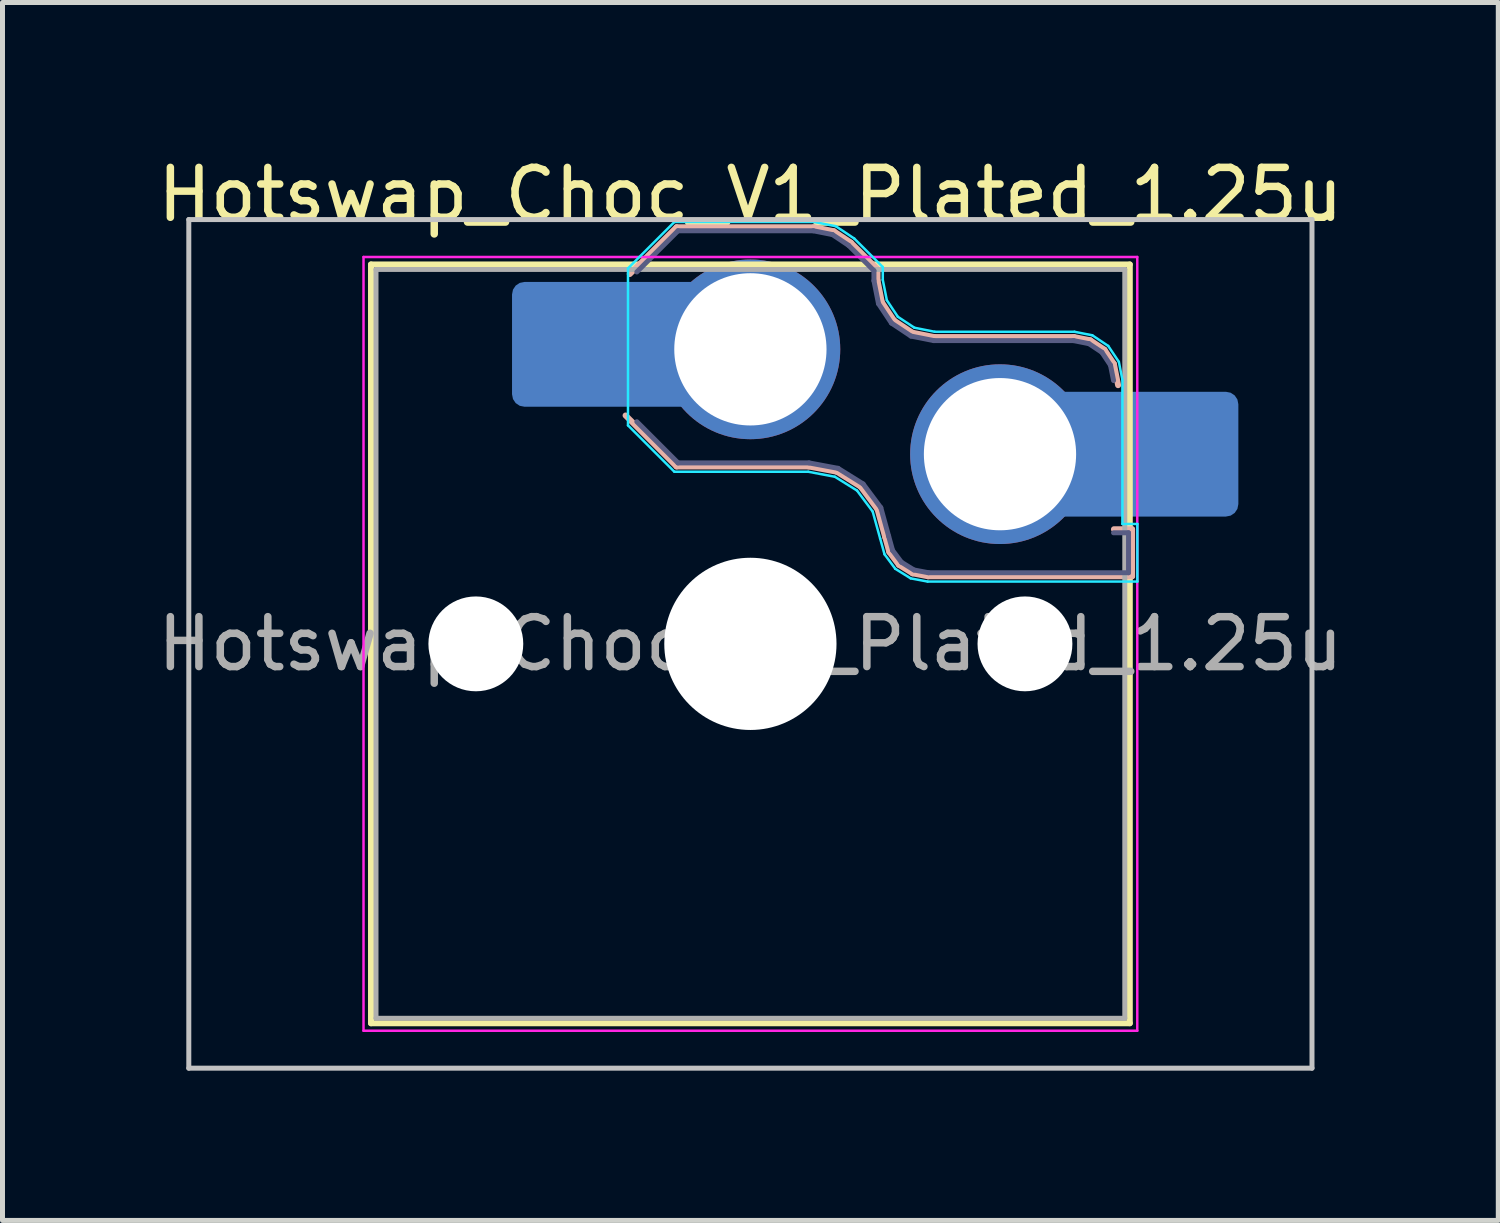
<source format=kicad_pcb>
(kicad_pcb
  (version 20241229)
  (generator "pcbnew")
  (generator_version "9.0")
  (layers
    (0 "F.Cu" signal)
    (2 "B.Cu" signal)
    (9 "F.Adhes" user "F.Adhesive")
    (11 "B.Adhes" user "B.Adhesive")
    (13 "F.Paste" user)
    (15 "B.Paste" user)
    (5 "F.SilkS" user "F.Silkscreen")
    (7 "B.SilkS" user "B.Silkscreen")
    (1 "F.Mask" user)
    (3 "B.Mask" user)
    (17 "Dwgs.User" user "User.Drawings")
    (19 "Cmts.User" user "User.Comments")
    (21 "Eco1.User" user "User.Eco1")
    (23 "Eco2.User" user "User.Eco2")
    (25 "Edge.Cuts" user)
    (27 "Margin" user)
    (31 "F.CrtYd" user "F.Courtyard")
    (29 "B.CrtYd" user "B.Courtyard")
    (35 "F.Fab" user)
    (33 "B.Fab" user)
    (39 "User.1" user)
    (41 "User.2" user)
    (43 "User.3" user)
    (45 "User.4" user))
  (footprint "Hotswap_Choc_V1_Plated_1.25u"
    (layer "F.Cu")
    (at 11.982 9.848)
    (property "Reference" "Hotswap_Choc_V1_Plated_1.25u" (at 0 -9 0) (layer "F.SilkS") (effects (font (size 1 1) (thickness 0.15))))
    (attr smd)
    (fp_line (start -7.6 -7.6) (end -7.6 7.6) (stroke (width 0.12) (type solid)) (layer "F.SilkS"))
    (fp_line (start -7.6 7.6) (end 7.6 7.6) (stroke (width 0.12) (type solid)) (layer "F.SilkS"))
    (fp_line (start 7.6 -7.6) (end -7.6 -7.6) (stroke (width 0.12) (type solid)) (layer "F.SilkS"))
    (fp_line (start 7.6 7.6) (end 7.6 -7.6) (stroke (width 0.12) (type solid)) (layer "F.SilkS"))
    (fp_line (start -2.416 -7.409) (end -1.479 -8.346) (stroke (width 0.12) (type solid)) (layer "B.SilkS"))
    (fp_line (start -1.479 -8.346) (end 1.268 -8.346) (stroke (width 0.12) (type solid)) (layer "B.SilkS"))
    (fp_line (start -1.479 -3.554) (end -2.5 -4.575) (stroke (width 0.12) (type solid)) (layer "B.SilkS"))
    (fp_line (start 1.168 -3.554) (end -1.479 -3.554) (stroke (width 0.12) (type solid)) (layer "B.SilkS"))
    (fp_line (start 1.268 -8.346) (end 1.671 -8.266) (stroke (width 0.12) (type solid)) (layer "B.SilkS"))
    (fp_line (start 1.671 -8.266) (end 2.013 -8.037) (stroke (width 0.12) (type solid)) (layer "B.SilkS"))
    (fp_line (start 1.73 -3.449) (end 1.168 -3.554) (stroke (width 0.12) (type solid)) (layer "B.SilkS"))
    (fp_line (start 2.013 -8.037) (end 2.546 -7.504) (stroke (width 0.12) (type solid)) (layer "B.SilkS"))
    (fp_line (start 2.209 -3.15) (end 1.73 -3.449) (stroke (width 0.12) (type solid)) (layer "B.SilkS"))
    (fp_line (start 2.546 -7.504) (end 2.546 -7.282) (stroke (width 0.12) (type solid)) (layer "B.SilkS"))
    (fp_line (start 2.546 -7.282) (end 2.633 -6.844) (stroke (width 0.12) (type solid)) (layer "B.SilkS"))
    (fp_line (start 2.547 -2.697) (end 2.209 -3.15) (stroke (width 0.12) (type solid)) (layer "B.SilkS"))
    (fp_line (start 2.633 -6.844) (end 2.877 -6.477) (stroke (width 0.12) (type solid)) (layer "B.SilkS"))
    (fp_line (start 2.701 -2.139) (end 2.547 -2.697) (stroke (width 0.12) (type solid)) (layer "B.SilkS"))
    (fp_line (start 2.783 -1.841) (end 2.701 -2.139) (stroke (width 0.12) (type solid)) (layer "B.SilkS"))
    (fp_line (start 2.877 -6.477) (end 3.244 -6.233) (stroke (width 0.12) (type solid)) (layer "B.SilkS"))
    (fp_line (start 2.976 -1.583) (end 2.783 -1.841) (stroke (width 0.12) (type solid)) (layer "B.SilkS"))
    (fp_line (start 3.244 -6.233) (end 3.682 -6.146) (stroke (width 0.12) (type solid)) (layer "B.SilkS"))
    (fp_line (start 3.25 -1.413) (end 2.976 -1.583) (stroke (width 0.12) (type solid)) (layer "B.SilkS"))
    (fp_line (start 3.56 -1.354) (end 3.25 -1.413) (stroke (width 0.12) (type solid)) (layer "B.SilkS"))
    (fp_line (start 3.682 -6.146) (end 6.482 -6.146) (stroke (width 0.12) (type solid)) (layer "B.SilkS"))
    (fp_line (start 6.482 -6.146) (end 6.809 -6.081) (stroke (width 0.12) (type solid)) (layer "B.SilkS"))
    (fp_line (start 6.809 -6.081) (end 7.092 -5.892) (stroke (width 0.12) (type solid)) (layer "B.SilkS"))
    (fp_line (start 7.092 -5.892) (end 7.281 -5.609) (stroke (width 0.12) (type solid)) (layer "B.SilkS"))
    (fp_line (start 7.281 -5.609) (end 7.366 -5.182) (stroke (width 0.12) (type solid)) (layer "B.SilkS"))
    (fp_line (start 7.283 -2.296) (end 7.646 -2.296) (stroke (width 0.12) (type solid)) (layer "B.SilkS"))
    (fp_line (start 7.646 -2.296) (end 7.646 -1.354) (stroke (width 0.12) (type solid)) (layer "B.SilkS"))
    (fp_line (start 7.646 -1.354) (end 3.56 -1.354) (stroke (width 0.12) (type solid)) (layer "B.SilkS"))
    (fp_line (start -11.25 -8.5) (end -11.25 8.5) (stroke (width 0.1) (type solid)) (layer "Dwgs.User"))
    (fp_line (start -11.25 8.5) (end 11.25 8.5) (stroke (width 0.1) (type solid)) (layer "Dwgs.User"))
    (fp_line (start 11.25 -8.5) (end -11.25 -8.5) (stroke (width 0.1) (type solid)) (layer "Dwgs.User"))
    (fp_line (start 11.25 8.5) (end 11.25 -8.5) (stroke (width 0.1) (type solid)) (layer "Dwgs.User"))
    (fp_line (start -7.25 -7.25) (end -7.25 7.25) (stroke (width 0.1) (type solid)) (layer "Eco1.User"))
    (fp_line (start -7.25 7.25) (end 7.25 7.25) (stroke (width 0.1) (type solid)) (layer "Eco1.User"))
    (fp_line (start 7.25 -7.25) (end -7.25 -7.25) (stroke (width 0.1) (type solid)) (layer "Eco1.User"))
    (fp_line (start 7.25 7.25) (end 7.25 -7.25) (stroke (width 0.1) (type solid)) (layer "Eco1.User"))
    (fp_line (start -2.452 -7.523) (end -1.523 -8.452) (stroke (width 0.05) (type solid)) (layer "B.CrtYd"))
    (fp_line (start -2.452 -4.377) (end -2.452 -7.523) (stroke (width 0.05) (type solid)) (layer "B.CrtYd"))
    (fp_line (start -1.523 -8.452) (end 1.278 -8.452) (stroke (width 0.05) (type solid)) (layer "B.CrtYd"))
    (fp_line (start -1.523 -3.448) (end -2.452 -4.377) (stroke (width 0.05) (type solid)) (layer "B.CrtYd"))
    (fp_line (start 1.159 -3.448) (end -1.523 -3.448) (stroke (width 0.05) (type solid)) (layer "B.CrtYd"))
    (fp_line (start 1.278 -8.452) (end 1.712 -8.366) (stroke (width 0.05) (type solid)) (layer "B.CrtYd"))
    (fp_line (start 1.691 -3.348) (end 1.159 -3.448) (stroke (width 0.05) (type solid)) (layer "B.CrtYd"))
    (fp_line (start 1.712 -8.366) (end 2.081 -8.119) (stroke (width 0.05) (type solid)) (layer "B.CrtYd"))
    (fp_line (start 2.081 -8.119) (end 2.652 -7.548) (stroke (width 0.05) (type solid)) (layer "B.CrtYd"))
    (fp_line (start 2.136 -3.071) (end 1.691 -3.348) (stroke (width 0.05) (type solid)) (layer "B.CrtYd"))
    (fp_line (start 2.45 -2.65) (end 2.136 -3.071) (stroke (width 0.05) (type solid)) (layer "B.CrtYd"))
    (fp_line (start 2.599 -2.111) (end 2.45 -2.65) (stroke (width 0.05) (type solid)) (layer "B.CrtYd"))
    (fp_line (start 2.652 -7.548) (end 2.652 -7.292) (stroke (width 0.05) (type solid)) (layer "B.CrtYd"))
    (fp_line (start 2.652 -7.292) (end 2.733 -6.885) (stroke (width 0.05) (type solid)) (layer "B.CrtYd"))
    (fp_line (start 2.687 -1.794) (end 2.599 -2.111) (stroke (width 0.05) (type solid)) (layer "B.CrtYd"))
    (fp_line (start 2.733 -6.885) (end 2.953 -6.553) (stroke (width 0.05) (type solid)) (layer "B.CrtYd"))
    (fp_line (start 2.903 -1.503) (end 2.687 -1.794) (stroke (width 0.05) (type solid)) (layer "B.CrtYd"))
    (fp_line (start 2.953 -6.553) (end 3.285 -6.333) (stroke (width 0.05) (type solid)) (layer "B.CrtYd"))
    (fp_line (start 3.211 -1.312) (end 2.903 -1.503) (stroke (width 0.05) (type solid)) (layer "B.CrtYd"))
    (fp_line (start 3.285 -6.333) (end 3.692 -6.252) (stroke (width 0.05) (type solid)) (layer "B.CrtYd"))
    (fp_line (start 3.55 -1.248) (end 3.211 -1.312) (stroke (width 0.05) (type solid)) (layer "B.CrtYd"))
    (fp_line (start 3.692 -6.252) (end 6.492 -6.252) (stroke (width 0.05) (type solid)) (layer "B.CrtYd"))
    (fp_line (start 6.492 -6.252) (end 6.85 -6.181) (stroke (width 0.05) (type solid)) (layer "B.CrtYd"))
    (fp_line (start 6.85 -6.181) (end 7.168 -5.968) (stroke (width 0.05) (type solid)) (layer "B.CrtYd"))
    (fp_line (start 7.168 -5.968) (end 7.381 -5.65) (stroke (width 0.05) (type solid)) (layer "B.CrtYd"))
    (fp_line (start 7.381 -5.65) (end 7.452 -5.292) (stroke (width 0.05) (type solid)) (layer "B.CrtYd"))
    (fp_line (start 7.452 -5.292) (end 7.452 -2.402) (stroke (width 0.05) (type solid)) (layer "B.CrtYd"))
    (fp_line (start 7.452 -2.402) (end 7.752 -2.402) (stroke (width 0.05) (type solid)) (layer "B.CrtYd"))
    (fp_line (start 7.752 -2.402) (end 7.752 -1.248) (stroke (width 0.05) (type solid)) (layer "B.CrtYd"))
    (fp_line (start 7.752 -1.248) (end 3.55 -1.248) (stroke (width 0.05) (type solid)) (layer "B.CrtYd"))
    (fp_line (start -7.75 -7.75) (end -7.75 7.75) (stroke (width 0.05) (type solid)) (layer "F.CrtYd"))
    (fp_line (start -7.75 7.75) (end 7.75 7.75) (stroke (width 0.05) (type solid)) (layer "F.CrtYd"))
    (fp_line (start 7.75 -7.75) (end -7.75 -7.75) (stroke (width 0.05) (type solid)) (layer "F.CrtYd"))
    (fp_line (start 7.75 7.75) (end 7.75 -7.75) (stroke (width 0.05) (type solid)) (layer "F.CrtYd"))
    (fp_line (start -2.275 -7.45) (end -1.45 -8.275) (stroke (width 0.1) (type solid)) (layer "B.Fab"))
    (fp_line (start -1.45 -8.275) (end 1.261 -8.275) (stroke (width 0.1) (type solid)) (layer "B.Fab"))
    (fp_line (start -1.45 -3.625) (end -2.275 -4.45) (stroke (width 0.1) (type solid)) (layer "B.Fab"))
    (fp_line (start 1.175 -3.625) (end -1.45 -3.625) (stroke (width 0.1) (type solid)) (layer "B.Fab"))
    (fp_line (start 1.261 -8.275) (end 1.643 -8.199) (stroke (width 0.1) (type solid)) (layer "B.Fab"))
    (fp_line (start 1.643 -8.199) (end 1.968 -7.982) (stroke (width 0.1) (type solid)) (layer "B.Fab"))
    (fp_line (start 1.756 -3.516) (end 1.175 -3.625) (stroke (width 0.1) (type solid)) (layer "B.Fab"))
    (fp_line (start 1.968 -7.982) (end 2.475 -7.475) (stroke (width 0.1) (type solid)) (layer "B.Fab"))
    (fp_line (start 2.258 -3.203) (end 1.756 -3.516) (stroke (width 0.1) (type solid)) (layer "B.Fab"))
    (fp_line (start 2.475 -7.475) (end 2.475 -7.275) (stroke (width 0.1) (type solid)) (layer "B.Fab"))
    (fp_line (start 2.475 -7.275) (end 2.566 -6.816) (stroke (width 0.1) (type solid)) (layer "B.Fab"))
    (fp_line (start 2.566 -6.816) (end 2.826 -6.426) (stroke (width 0.1) (type solid)) (layer "B.Fab"))
    (fp_line (start 2.612 -2.729) (end 2.258 -3.203) (stroke (width 0.1) (type solid)) (layer "B.Fab"))
    (fp_line (start 2.769 -2.158) (end 2.612 -2.729) (stroke (width 0.1) (type solid)) (layer "B.Fab"))
    (fp_line (start 2.826 -6.426) (end 3.216 -6.166) (stroke (width 0.1) (type solid)) (layer "B.Fab"))
    (fp_line (start 2.848 -1.873) (end 2.769 -2.158) (stroke (width 0.1) (type solid)) (layer "B.Fab"))
    (fp_line (start 3.025 -1.636) (end 2.848 -1.873) (stroke (width 0.1) (type solid)) (layer "B.Fab"))
    (fp_line (start 3.216 -6.166) (end 3.675 -6.075) (stroke (width 0.1) (type solid)) (layer "B.Fab"))
    (fp_line (start 3.276 -1.48) (end 3.025 -1.636) (stroke (width 0.1) (type solid)) (layer "B.Fab"))
    (fp_line (start 3.567 -1.425) (end 3.276 -1.48) (stroke (width 0.1) (type solid)) (layer "B.Fab"))
    (fp_line (start 3.675 -6.075) (end 6.475 -6.075) (stroke (width 0.1) (type solid)) (layer "B.Fab"))
    (fp_line (start 6.475 -6.075) (end 6.781 -6.014) (stroke (width 0.1) (type solid)) (layer "B.Fab"))
    (fp_line (start 6.781 -6.014) (end 7.041 -5.841) (stroke (width 0.1) (type solid)) (layer "B.Fab"))
    (fp_line (start 7.041 -5.841) (end 7.214 -5.581) (stroke (width 0.1) (type solid)) (layer "B.Fab"))
    (fp_line (start 7.214 -5.581) (end 7.275 -5.275) (stroke (width 0.1) (type solid)) (layer "B.Fab"))
    (fp_line (start 7.275 -2.225) (end 7.575 -2.225) (stroke (width 0.1) (type solid)) (layer "B.Fab"))
    (fp_line (start 7.575 -2.225) (end 7.575 -1.425) (stroke (width 0.1) (type solid)) (layer "B.Fab"))
    (fp_line (start 7.575 -1.425) (end 3.567 -1.425) (stroke (width 0.1) (type solid)) (layer "B.Fab"))
    (fp_line (start -7.5 -7.5) (end -7.5 7.5) (stroke (width 0.1) (type solid)) (layer "F.Fab"))
    (fp_line (start -7.5 7.5) (end 7.5 7.5) (stroke (width 0.1) (type solid)) (layer "F.Fab"))
    (fp_line (start 7.5 -7.5) (end -7.5 -7.5) (stroke (width 0.1) (type solid)) (layer "F.Fab"))
    (fp_line (start 7.5 7.5) (end 7.5 -7.5) (stroke (width 0.1) (type solid)) (layer "F.Fab"))
    (fp_text user "${REFERENCE}" (at 0 0 0) (layer "F.Fab") (effects (font (size 1 1) (thickness 0.15))))
    (pad "" np_thru_hole circle (at -5.5 0) (size 1.9 1.9) (drill 1.9) (layers "*.Cu" "*.Mask"))
    (pad "" smd roundrect (at -3.5 -6) (size 2.55 2.5) (layers "B.Mask" "B.Paste") (roundrect_rratio 0.1))
    (pad "" np_thru_hole circle (at 0 0) (size 3.45 3.45) (drill 3.45) (layers "*.Cu" "*.Mask"))
    (pad "" np_thru_hole circle (at 5.5 0) (size 1.9 1.9) (drill 1.9) (layers "*.Cu" "*.Mask"))
    (pad "" smd roundrect (at 8.5 -3.8) (size 2.55 2.5) (layers "B.Mask" "B.Paste") (roundrect_rratio 0.1))
    (pad "1" smd roundrect (at -2.85 -6) (size 3.85 2.5) (layers "B.Cu") (roundrect_rratio 0.1))
    (pad "1" thru_hole circle (at 0 -5.9) (size 3.6 3.6) (drill 3.05) (layers "*.Cu" "*.Mask"))
    (pad "2" thru_hole circle (at 5 -3.8) (size 3.6 3.6) (drill 3.05) (layers "*.Cu" "*.Mask"))
    (pad "2" smd roundrect (at 7.85 -3.8) (size 3.85 2.5) (layers "B.Cu") (roundrect_rratio 0.1)))
  (gr_rect
    (start -3 -3)
    (end 26.964 21.398)
    (stroke (width 0.1) (type default))
    (fill no)
    (layer "Edge.Cuts")))
</source>
